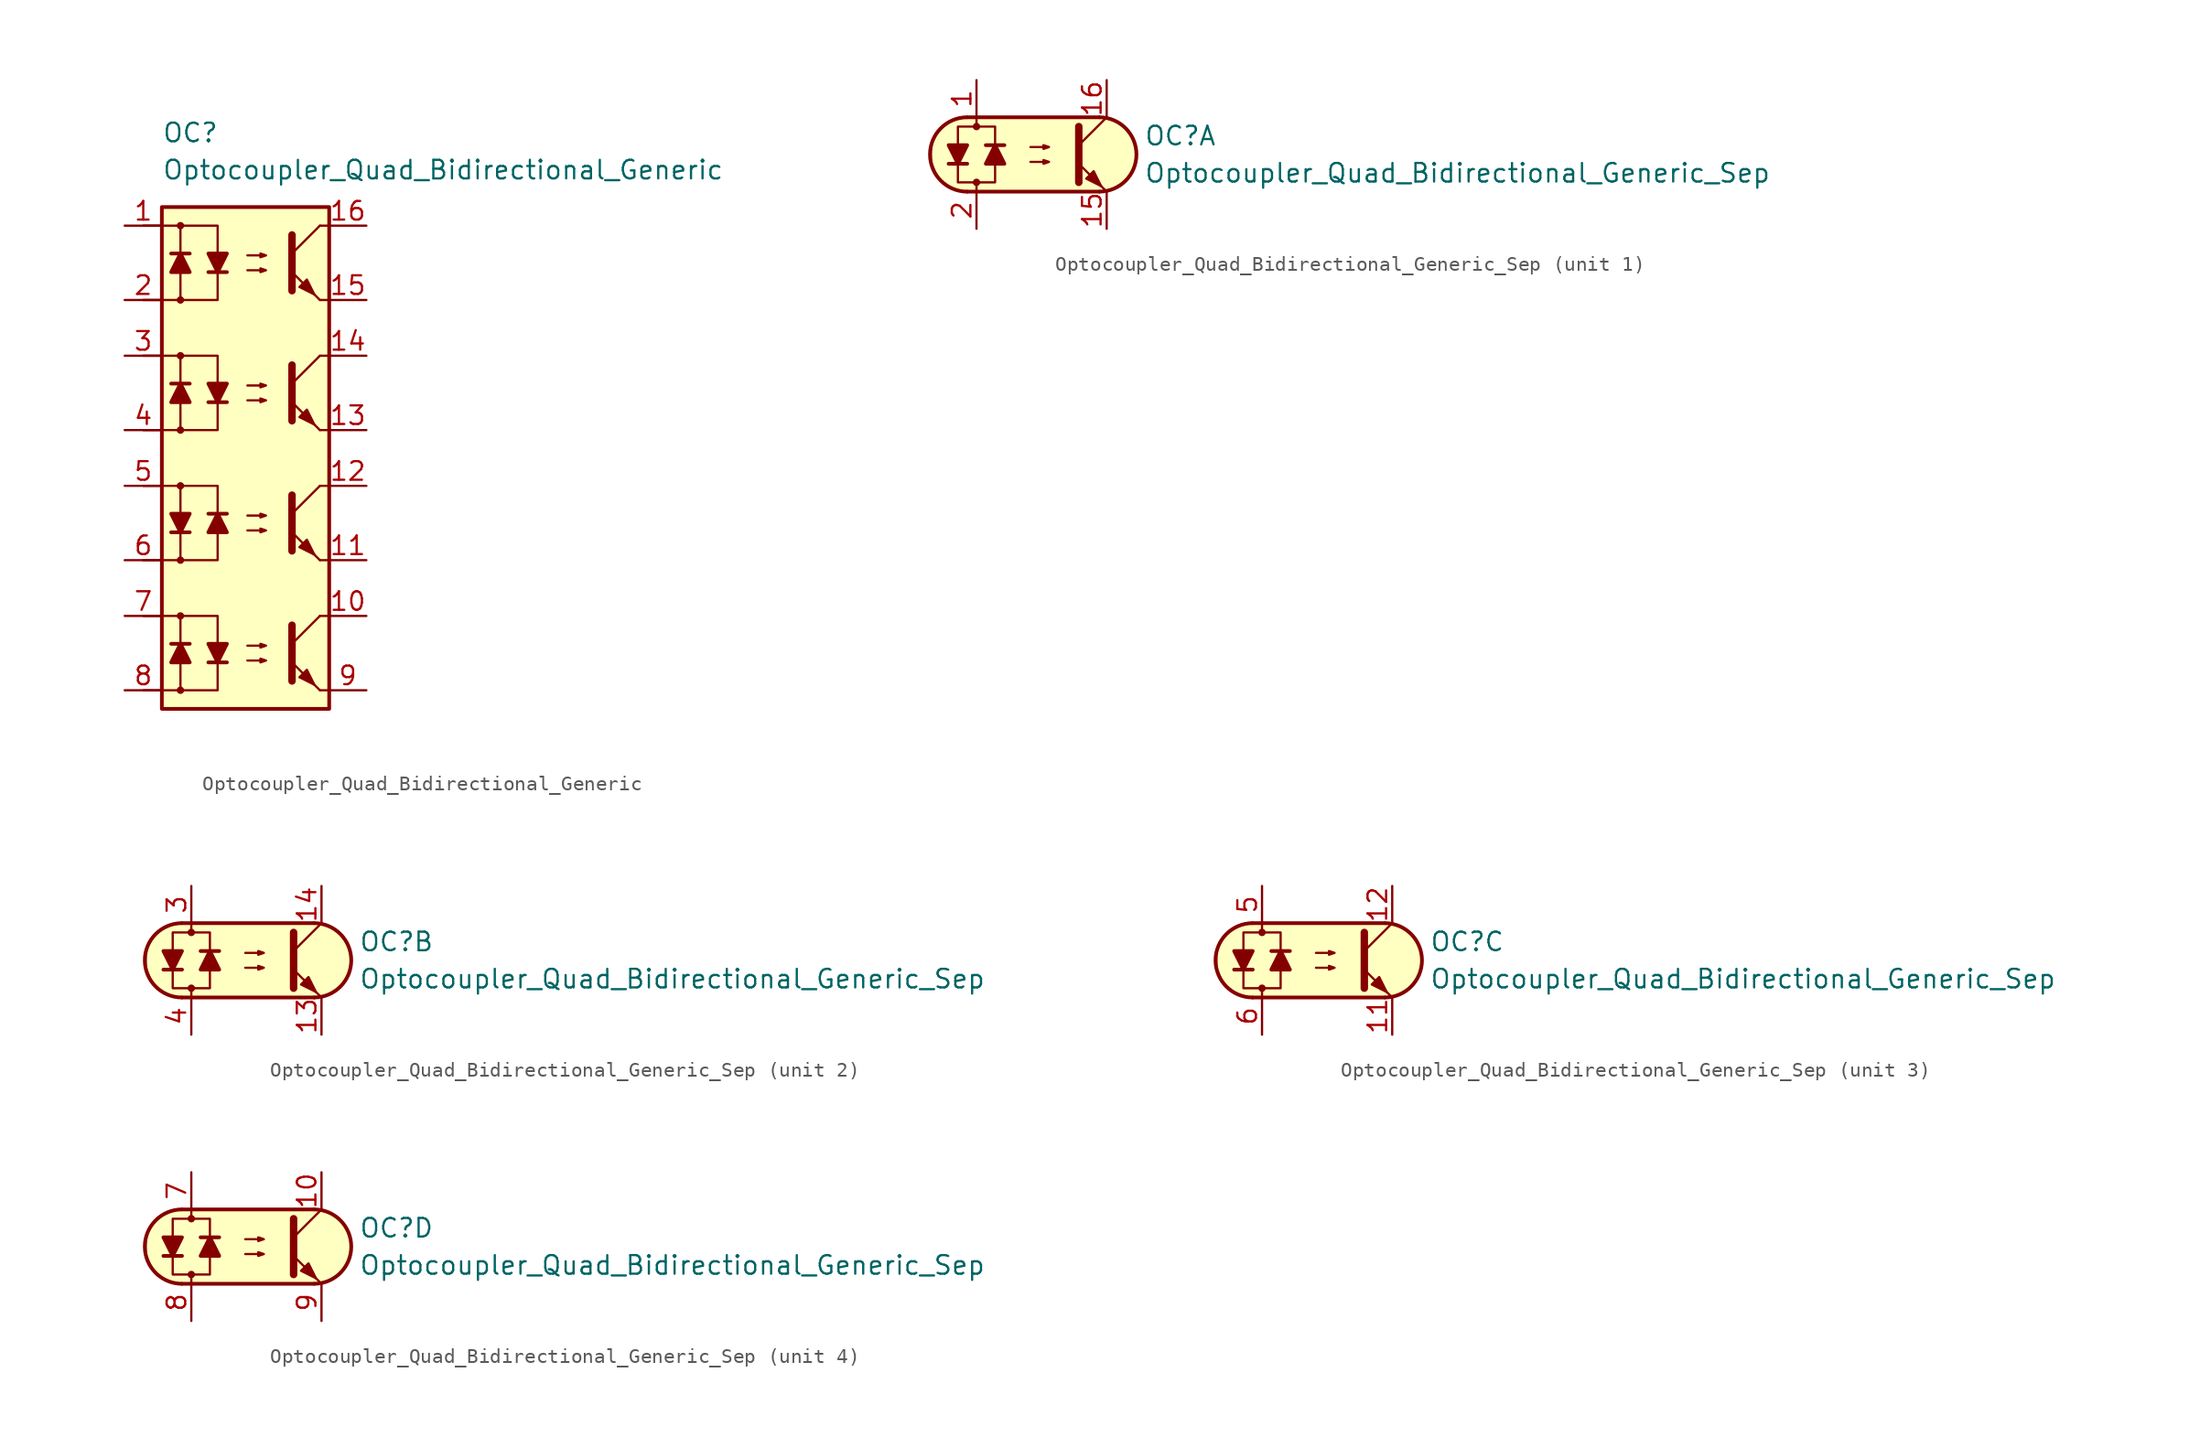
<source format=kicad_sym>
(kicad_symbol_lib
  (version 20211014)
  (generator kicad_symbol_editor)
  (symbol "Optocoupler_Quad_Bidirectional_Generic"
    (pin_names
      (offset 1.016))
    (property "Reference" "OC"
      (at -6.35 17.78 0)
      (effects (font (size 1.27 1.27)) (justify left)))
    (property "Value" "Optocoupler_Quad_Bidirectional_Generic"
      (at -6.35 15.24 0)
      (effects (font (size 1.27 1.27)) (justify left)))
    (symbol "Optocoupler_Quad_Bidirectional_Generic_0_1"
      (rectangle (start -6.35 12.7) (end 5.08 -21.59) (stroke (width 0.254) (type default) (color 0 0 0 0)) (fill (type background)))
      (polyline (pts (xy -3.175 8.255) (xy -1.905 8.255)) (stroke (width 0.254) (type default) (color 0 0 0 0)) (fill (type none)))
      (polyline (pts (xy 2.54 9.525) (xy 4.445 11.43)) (stroke (width 0) (type default) (color 0 0 0 0)) (fill (type none)))
      (polyline (pts (xy 4.445 6.35) (xy 2.54 8.255)) (stroke (width 0) (type default) (color 0 0 0 0)) (fill (type outline)))
      (polyline (pts (xy 4.445 6.35) (xy 5.08 6.35)) (stroke (width 0) (type default) (color 0 0 0 0)) (fill (type none)))
      (polyline (pts (xy 4.445 11.43) (xy 5.08 11.43)) (stroke (width 0) (type default) (color 0 0 0 0)) (fill (type none)))
      (polyline (pts (xy -5.08 11.43) (xy -2.54 11.43) (xy -2.54 8.255)) (stroke (width 0) (type default) (color 0 0 0 0)) (fill (type none)))
      (polyline (pts (xy -2.54 8.255) (xy -2.54 6.35) (xy -5.08 6.35)) (stroke (width 0) (type default) (color 0 0 0 0)) (fill (type none)))
      (polyline (pts (xy 2.54 10.795) (xy 2.54 6.985) (xy 2.54 6.985)) (stroke (width 0.508) (type default) (color 0 0 0 0)) (fill (type none)))
      (polyline (pts (xy -2.54 8.255) (xy -3.175 9.525) (xy -1.905 9.525) (xy -2.54 8.255)) (stroke (width 0.254) (type default) (color 0 0 0 0)) (fill (type outline)))
      (polyline (pts (xy -0.508 8.382) (xy 0.762 8.382) (xy 0.381 8.255) (xy 0.381 8.509) (xy 0.762 8.382)) (stroke (width 0) (type default) (color 0 0 0 0)) (fill (type none)))
      (polyline (pts (xy -0.508 9.398) (xy 0.762 9.398) (xy 0.381 9.271) (xy 0.381 9.525) (xy 0.762 9.398)) (stroke (width 0) (type default) (color 0 0 0 0)) (fill (type none)))
      (polyline (pts (xy 3.048 7.239) (xy 3.556 7.747) (xy 4.064 6.731) (xy 3.048 7.239) (xy 3.048 7.239)) (stroke (width 0) (type default) (color 0 0 0 0)) (fill (type outline))))
    (symbol "Optocoupler_Quad_Bidirectional_Generic_1_1"
      (circle (center -5.08 -20.32) (radius 0.178) (stroke (width 0) (type default) (color 0 0 0 0)) (fill (type outline)))
      (circle (center -5.08 -15.24) (radius 0.178) (stroke (width 0) (type default) (color 0 0 0 0)) (fill (type outline)))
      (circle (center -5.08 -11.43) (radius 0.178) (stroke (width 0) (type default) (color 0 0 0 0)) (fill (type outline)))
      (circle (center -5.08 -6.35) (radius 0.178) (stroke (width 0) (type default) (color 0 0 0 0)) (fill (type outline)))
      (circle (center -5.08 -2.54) (radius 0.178) (stroke (width 0) (type default) (color 0 0 0 0)) (fill (type outline)))
      (circle (center -5.08 2.54) (radius 0.178) (stroke (width 0) (type default) (color 0 0 0 0)) (fill (type outline)))
      (circle (center -5.08 6.35) (radius 0.178) (stroke (width 0) (type default) (color 0 0 0 0)) (fill (type outline)))
      (circle (center -5.08 11.43) (radius 0.178) (stroke (width 0) (type default) (color 0 0 0 0)) (fill (type outline)))
      (polyline (pts (xy -5.715 -9.525) (xy -4.445 -9.525)) (stroke (width 0.254) (type default) (color 0 0 0 0)) (fill (type none)))
      (polyline (pts (xy -4.445 -17.145) (xy -5.715 -17.145)) (stroke (width 0.254) (type default) (color 0 0 0 0)) (fill (type none)))
      (polyline (pts (xy -4.445 0.635) (xy -5.715 0.635)) (stroke (width 0.254) (type default) (color 0 0 0 0)) (fill (type none)))
      (polyline (pts (xy -4.445 9.525) (xy -5.715 9.525)) (stroke (width 0.254) (type default) (color 0 0 0 0)) (fill (type none)))
      (polyline (pts (xy -3.175 -18.415) (xy -1.905 -18.415)) (stroke (width 0.254) (type default) (color 0 0 0 0)) (fill (type none)))
      (polyline (pts (xy -3.175 -0.635) (xy -1.905 -0.635)) (stroke (width 0.254) (type default) (color 0 0 0 0)) (fill (type none)))
      (polyline (pts (xy -1.905 -8.255) (xy -3.175 -8.255)) (stroke (width 0.254) (type default) (color 0 0 0 0)) (fill (type none)))
      (polyline (pts (xy 2.54 -17.145) (xy 4.445 -15.24)) (stroke (width 0) (type default) (color 0 0 0 0)) (fill (type none)))
      (polyline (pts (xy 2.54 -8.255) (xy 4.445 -6.35)) (stroke (width 0) (type default) (color 0 0 0 0)) (fill (type none)))
      (polyline (pts (xy 2.54 0.635) (xy 4.445 2.54)) (stroke (width 0) (type default) (color 0 0 0 0)) (fill (type none)))
      (polyline (pts (xy 4.445 -20.32) (xy 2.54 -18.415)) (stroke (width 0) (type default) (color 0 0 0 0)) (fill (type outline)))
      (polyline (pts (xy 4.445 -20.32) (xy 5.08 -20.32)) (stroke (width 0) (type default) (color 0 0 0 0)) (fill (type none)))
      (polyline (pts (xy 4.445 -15.24) (xy 5.08 -15.24)) (stroke (width 0) (type default) (color 0 0 0 0)) (fill (type none)))
      (polyline (pts (xy 4.445 -11.43) (xy 2.54 -9.525)) (stroke (width 0) (type default) (color 0 0 0 0)) (fill (type outline)))
      (polyline (pts (xy 4.445 -11.43) (xy 5.08 -11.43)) (stroke (width 0) (type default) (color 0 0 0 0)) (fill (type none)))
      (polyline (pts (xy 4.445 -6.35) (xy 5.08 -6.35)) (stroke (width 0) (type default) (color 0 0 0 0)) (fill (type none)))
      (polyline (pts (xy 4.445 -2.54) (xy 2.54 -0.635)) (stroke (width 0) (type default) (color 0 0 0 0)) (fill (type outline)))
      (polyline (pts (xy 4.445 -2.54) (xy 5.08 -2.54)) (stroke (width 0) (type default) (color 0 0 0 0)) (fill (type none)))
      (polyline (pts (xy 4.445 2.54) (xy 5.08 2.54)) (stroke (width 0) (type default) (color 0 0 0 0)) (fill (type none)))
      (polyline (pts (xy -7.62 -20.32) (xy -5.08 -20.32) (xy -5.08 -17.145)) (stroke (width 0) (type default) (color 0 0 0 0)) (fill (type none)))
      (polyline (pts (xy -7.62 -6.35) (xy -5.08 -6.35) (xy -5.08 -9.525)) (stroke (width 0) (type default) (color 0 0 0 0)) (fill (type none)))
      (polyline (pts (xy -7.62 -2.54) (xy -5.08 -2.54) (xy -5.08 0.635)) (stroke (width 0) (type default) (color 0 0 0 0)) (fill (type none)))
      (polyline (pts (xy -7.62 6.35) (xy -5.08 6.35) (xy -5.08 9.525)) (stroke (width 0) (type default) (color 0 0 0 0)) (fill (type none)))
      (polyline (pts (xy -5.08 -17.145) (xy -5.08 -15.24) (xy -7.62 -15.24)) (stroke (width 0) (type default) (color 0 0 0 0)) (fill (type none)))
      (polyline (pts (xy -5.08 -15.24) (xy -2.54 -15.24) (xy -2.54 -18.415)) (stroke (width 0) (type default) (color 0 0 0 0)) (fill (type none)))
      (polyline (pts (xy -5.08 -11.43) (xy -2.54 -11.43) (xy -2.54 -8.255)) (stroke (width 0) (type default) (color 0 0 0 0)) (fill (type none)))
      (polyline (pts (xy -5.08 -9.525) (xy -5.08 -11.43) (xy -7.62 -11.43)) (stroke (width 0) (type default) (color 0 0 0 0)) (fill (type none)))
      (polyline (pts (xy -5.08 0.635) (xy -5.08 2.54) (xy -7.62 2.54)) (stroke (width 0) (type default) (color 0 0 0 0)) (fill (type none)))
      (polyline (pts (xy -5.08 2.54) (xy -2.54 2.54) (xy -2.54 -0.635)) (stroke (width 0) (type default) (color 0 0 0 0)) (fill (type none)))
      (polyline (pts (xy -5.08 9.525) (xy -5.08 11.43) (xy -7.62 11.43)) (stroke (width 0) (type default) (color 0 0 0 0)) (fill (type none)))
      (polyline (pts (xy -2.54 -18.415) (xy -2.54 -20.32) (xy -5.08 -20.32)) (stroke (width 0) (type default) (color 0 0 0 0)) (fill (type none)))
      (polyline (pts (xy -2.54 -8.255) (xy -2.54 -6.35) (xy -5.08 -6.35)) (stroke (width 0) (type default) (color 0 0 0 0)) (fill (type none)))
      (polyline (pts (xy -2.54 -0.635) (xy -2.54 -2.54) (xy -5.08 -2.54)) (stroke (width 0) (type default) (color 0 0 0 0)) (fill (type none)))
      (polyline (pts (xy 2.54 -15.875) (xy 2.54 -19.685) (xy 2.54 -19.685)) (stroke (width 0.508) (type default) (color 0 0 0 0)) (fill (type none)))
      (polyline (pts (xy 2.54 -6.985) (xy 2.54 -10.795) (xy 2.54 -10.795)) (stroke (width 0.508) (type default) (color 0 0 0 0)) (fill (type none)))
      (polyline (pts (xy 2.54 1.905) (xy 2.54 -1.905) (xy 2.54 -1.905)) (stroke (width 0.508) (type default) (color 0 0 0 0)) (fill (type none)))
      (polyline (pts (xy -5.08 -17.145) (xy -4.445 -18.415) (xy -5.715 -18.415) (xy -5.08 -17.145)) (stroke (width 0.254) (type default) (color 0 0 0 0)) (fill (type outline)))
      (polyline (pts (xy -5.08 -9.525) (xy -5.715 -8.255) (xy -4.445 -8.255) (xy -5.08 -9.525)) (stroke (width 0.254) (type default) (color 0 0 0 0)) (fill (type outline)))
      (polyline (pts (xy -5.08 0.635) (xy -4.445 -0.635) (xy -5.715 -0.635) (xy -5.08 0.635)) (stroke (width 0.254) (type default) (color 0 0 0 0)) (fill (type outline)))
      (polyline (pts (xy -5.08 9.525) (xy -4.445 8.255) (xy -5.715 8.255) (xy -5.08 9.525)) (stroke (width 0.254) (type default) (color 0 0 0 0)) (fill (type outline)))
      (polyline (pts (xy -2.54 -18.415) (xy -3.175 -17.145) (xy -1.905 -17.145) (xy -2.54 -18.415)) (stroke (width 0.254) (type default) (color 0 0 0 0)) (fill (type outline)))
      (polyline (pts (xy -2.54 -8.255) (xy -1.905 -9.525) (xy -3.175 -9.525) (xy -2.54 -8.255)) (stroke (width 0.254) (type default) (color 0 0 0 0)) (fill (type outline)))
      (polyline (pts (xy -2.54 -0.635) (xy -3.175 0.635) (xy -1.905 0.635) (xy -2.54 -0.635)) (stroke (width 0.254) (type default) (color 0 0 0 0)) (fill (type outline)))
      (polyline (pts (xy -0.508 -18.288) (xy 0.762 -18.288) (xy 0.381 -18.415) (xy 0.381 -18.161) (xy 0.762 -18.288)) (stroke (width 0) (type default) (color 0 0 0 0)) (fill (type none)))
      (polyline (pts (xy -0.508 -17.272) (xy 0.762 -17.272) (xy 0.381 -17.399) (xy 0.381 -17.145) (xy 0.762 -17.272)) (stroke (width 0) (type default) (color 0 0 0 0)) (fill (type none)))
      (polyline (pts (xy -0.508 -9.398) (xy 0.762 -9.398) (xy 0.381 -9.525) (xy 0.381 -9.271) (xy 0.762 -9.398)) (stroke (width 0) (type default) (color 0 0 0 0)) (fill (type none)))
      (polyline (pts (xy -0.508 -8.382) (xy 0.762 -8.382) (xy 0.381 -8.509) (xy 0.381 -8.255) (xy 0.762 -8.382)) (stroke (width 0) (type default) (color 0 0 0 0)) (fill (type none)))
      (polyline (pts (xy -0.508 -0.508) (xy 0.762 -0.508) (xy 0.381 -0.635) (xy 0.381 -0.381) (xy 0.762 -0.508)) (stroke (width 0) (type default) (color 0 0 0 0)) (fill (type none)))
      (polyline (pts (xy -0.508 0.508) (xy 0.762 0.508) (xy 0.381 0.381) (xy 0.381 0.635) (xy 0.762 0.508)) (stroke (width 0) (type default) (color 0 0 0 0)) (fill (type none)))
      (polyline (pts (xy 3.048 -19.431) (xy 3.556 -18.923) (xy 4.064 -19.939) (xy 3.048 -19.431) (xy 3.048 -19.431)) (stroke (width 0) (type default) (color 0 0 0 0)) (fill (type outline)))
      (polyline (pts (xy 3.048 -10.541) (xy 3.556 -10.033) (xy 4.064 -11.049) (xy 3.048 -10.541) (xy 3.048 -10.541)) (stroke (width 0) (type default) (color 0 0 0 0)) (fill (type outline)))
      (polyline (pts (xy 3.048 -1.651) (xy 3.556 -1.143) (xy 4.064 -2.159) (xy 3.048 -1.651) (xy 3.048 -1.651)) (stroke (width 0) (type default) (color 0 0 0 0)) (fill (type outline)))
      (pin passive line (at -8.89 11.43 0) (length 2.54) (name "~" (effects (font (size 1.27 1.27)))) (number "1" (effects (font (size 1.27 1.27)))))
      (pin passive line (at 7.62 -15.24 180) (length 2.54) (name "~" (effects (font (size 1.27 1.27)))) (number "10" (effects (font (size 1.27 1.27)))))
      (pin passive line (at 7.62 -11.43 180) (length 2.54) (name "~" (effects (font (size 1.27 1.27)))) (number "11" (effects (font (size 1.27 1.27)))))
      (pin passive line (at 7.62 -6.35 180) (length 2.54) (name "~" (effects (font (size 1.27 1.27)))) (number "12" (effects (font (size 1.27 1.27)))))
      (pin passive line (at 7.62 -2.54 180) (length 2.54) (name "~" (effects (font (size 1.27 1.27)))) (number "13" (effects (font (size 1.27 1.27)))))
      (pin passive line (at 7.62 2.54 180) (length 2.54) (name "~" (effects (font (size 1.27 1.27)))) (number "14" (effects (font (size 1.27 1.27)))))
      (pin passive line (at 7.62 6.35 180) (length 2.54) (name "~" (effects (font (size 1.27 1.27)))) (number "15" (effects (font (size 1.27 1.27)))))
      (pin passive line (at 7.62 11.43 180) (length 2.54) (name "~" (effects (font (size 1.27 1.27)))) (number "16" (effects (font (size 1.27 1.27)))))
      (pin passive line (at -8.89 6.35 0) (length 2.54) (name "~" (effects (font (size 1.27 1.27)))) (number "2" (effects (font (size 1.27 1.27)))))
      (pin passive line (at -8.89 2.54 0) (length 2.54) (name "~" (effects (font (size 1.27 1.27)))) (number "3" (effects (font (size 1.27 1.27)))))
      (pin passive line (at -8.89 -2.54 0) (length 2.54) (name "~" (effects (font (size 1.27 1.27)))) (number "4" (effects (font (size 1.27 1.27)))))
      (pin passive line (at -8.89 -6.35 0) (length 2.54) (name "~" (effects (font (size 1.27 1.27)))) (number "5" (effects (font (size 1.27 1.27)))))
      (pin passive line (at -8.89 -11.43 0) (length 2.54) (name "~" (effects (font (size 1.27 1.27)))) (number "6" (effects (font (size 1.27 1.27)))))
      (pin passive line (at -8.89 -15.24 0) (length 2.54) (name "~" (effects (font (size 1.27 1.27)))) (number "7" (effects (font (size 1.27 1.27)))))
      (pin passive line (at -8.89 -20.32 0) (length 2.54) (name "~" (effects (font (size 1.27 1.27)))) (number "8" (effects (font (size 1.27 1.27)))))
      (pin passive line (at 7.62 -20.32 180) (length 2.54) (name "~" (effects (font (size 1.27 1.27)))) (number "9" (effects (font (size 1.27 1.27)))))))
  (symbol "Optocoupler_Quad_Bidirectional_Generic_Sep"
    (pin_names
      (offset 1.016))
    (property "Reference" "OC"
      (at 7.62 1.27 0)
      (effects (font (size 1.27 1.27)) (justify left)))
    (property "Value" "Optocoupler_Quad_Bidirectional_Generic_Sep"
      (at 7.62 -1.27 0)
      (effects (font (size 1.27 1.27)) (justify left)))
    (property "ki_locked" ""
      (at 0 0 0)
      (effects (font (size 1.27 1.27))))
    (symbol "Optocoupler_Quad_Bidirectional_Generic_Sep_0_1"
      (arc (start -4.4675 2.54) (mid -6.9851 0) (end -4.4675 -2.54) (stroke (width 0.254) (type default) (color 0 0 0 0)) (fill (type none)))
      (circle (center -3.81 -1.905) (radius 0.178) (stroke (width 0) (type default) (color 0 0 0 0)) (fill (type outline)))
      (circle (center -3.81 1.905) (radius 0.178) (stroke (width 0) (type default) (color 0 0 0 0)) (fill (type outline)))
      (polyline (pts (xy -5.715 -0.635) (xy -4.445 -0.635)) (stroke (width 0.254) (type default) (color 0 0 0 0)) (fill (type none)))
      (polyline (pts (xy -4.445 2.54) (xy 4.572 2.54)) (stroke (width 0.254) (type default) (color 0 0 0 0)) (fill (type none)))
      (polyline (pts (xy -3.81 1.905) (xy -3.81 2.54)) (stroke (width 0.152) (type default) (color 0 0 0 0)) (fill (type none)))
      (polyline (pts (xy -1.905 0.635) (xy -3.175 0.635)) (stroke (width 0.254) (type default) (color 0 0 0 0)) (fill (type none)))
      (polyline (pts (xy 3.175 0.635) (xy 5.08 2.54)) (stroke (width 0) (type default) (color 0 0 0 0)) (fill (type none)))
      (polyline (pts (xy 4.572 -2.54) (xy -4.445 -2.54)) (stroke (width 0.254) (type default) (color 0 0 0 0)) (fill (type none)))
      (polyline (pts (xy 5.08 -2.54) (xy 3.175 -0.635)) (stroke (width 0) (type default) (color 0 0 0 0)) (fill (type outline)))
      (polyline (pts (xy 3.175 1.905) (xy 3.175 -1.905) (xy 3.175 -1.905)) (stroke (width 0.508) (type default) (color 0 0 0 0)) (fill (type none)))
      (polyline (pts (xy -5.08 -0.635) (xy -5.715 0.635) (xy -4.445 0.635) (xy -5.08 -0.635)) (stroke (width 0.254) (type default) (color 0 0 0 0)) (fill (type outline)))
      (polyline (pts (xy -2.54 0.635) (xy -1.905 -0.635) (xy -3.175 -0.635) (xy -2.54 0.635)) (stroke (width 0.254) (type default) (color 0 0 0 0)) (fill (type outline)))
      (polyline (pts (xy -0.127 -0.508) (xy 1.143 -0.508) (xy 0.762 -0.635) (xy 0.762 -0.381) (xy 1.143 -0.508)) (stroke (width 0) (type default) (color 0 0 0 0)) (fill (type none)))
      (polyline (pts (xy -0.127 0.508) (xy 1.143 0.508) (xy 0.762 0.381) (xy 0.762 0.635) (xy 1.143 0.508)) (stroke (width 0) (type default) (color 0 0 0 0)) (fill (type none)))
      (polyline (pts (xy 3.683 -1.651) (xy 4.191 -1.143) (xy 4.699 -2.159) (xy 3.683 -1.651) (xy 3.683 -1.651)) (stroke (width 0) (type default) (color 0 0 0 0)) (fill (type outline)))
      (polyline (pts (xy -3.81 -2.54) (xy -3.81 -1.905) (xy -5.08 -1.905) (xy -5.08 1.905) (xy -2.54 1.905) (xy -2.54 -1.905) (xy -3.81 -1.905)) (stroke (width 0.152) (type default) (color 0 0 0 0)) (fill (type none)))
      (polyline (pts (xy -3.81 2.54) (xy 4.826 2.54) (xy 5.334 2.413) (xy 5.969 2.159) (xy 6.604 1.524) (xy 6.985 0.762) (xy 7.112 0) (xy 6.985 -0.889) (xy 6.477 -1.651) (xy 5.969 -2.159) (xy 5.334 -2.413) (xy 4.699 -2.54) (xy -5.08 -2.54) (xy -5.08 -2.54) (xy -5.842 -2.032) (xy -6.35 -1.778) (xy -6.858 -0.508) (xy -6.858 0.254) (xy -6.858 1.016) (xy -6.35 1.778) (xy -5.588 2.286) (xy -4.826 2.54) (xy -3.81 2.54)) (stroke (width 0.01) (type default) (color 0 0 0 0)) (fill (type background)))
      (arc (start 4.5945 -2.54) (mid 7.1121 0) (end 4.5945 2.54) (stroke (width 0.254) (type default) (color 0 0 0 0)) (fill (type none))))
    (symbol "Optocoupler_Quad_Bidirectional_Generic_Sep_1_1"
      (pin passive line (at -3.81 5.08 270) (length 2.54) (name "~" (effects (font (size 1.27 1.27)))) (number "1" (effects (font (size 1.27 1.27)))))
      (pin passive line (at 5.08 -5.08 90) (length 2.54) (name "~" (effects (font (size 1.27 1.27)))) (number "15" (effects (font (size 1.27 1.27)))))
      (pin passive line (at 5.08 5.08 270) (length 2.54) (name "~" (effects (font (size 1.27 1.27)))) (number "16" (effects (font (size 1.27 1.27)))))
      (pin passive line (at -3.81 -5.08 90) (length 2.54) (name "~" (effects (font (size 1.27 1.27)))) (number "2" (effects (font (size 1.27 1.27))))))
    (symbol "Optocoupler_Quad_Bidirectional_Generic_Sep_2_1"
      (pin passive line (at 5.08 -5.08 90) (length 2.54) (name "~" (effects (font (size 1.27 1.27)))) (number "13" (effects (font (size 1.27 1.27)))))
      (pin passive line (at 5.08 5.08 270) (length 2.54) (name "~" (effects (font (size 1.27 1.27)))) (number "14" (effects (font (size 1.27 1.27)))))
      (pin passive line (at -3.81 5.08 270) (length 2.54) (name "~" (effects (font (size 1.27 1.27)))) (number "3" (effects (font (size 1.27 1.27)))))
      (pin passive line (at -3.81 -5.08 90) (length 2.54) (name "~" (effects (font (size 1.27 1.27)))) (number "4" (effects (font (size 1.27 1.27))))))
    (symbol "Optocoupler_Quad_Bidirectional_Generic_Sep_3_1"
      (pin passive line (at 5.08 -5.08 90) (length 2.54) (name "~" (effects (font (size 1.27 1.27)))) (number "11" (effects (font (size 1.27 1.27)))))
      (pin passive line (at 5.08 5.08 270) (length 2.54) (name "~" (effects (font (size 1.27 1.27)))) (number "12" (effects (font (size 1.27 1.27)))))
      (pin passive line (at -3.81 5.08 270) (length 2.54) (name "~" (effects (font (size 1.27 1.27)))) (number "5" (effects (font (size 1.27 1.27)))))
      (pin passive line (at -3.81 -5.08 90) (length 2.54) (name "~" (effects (font (size 1.27 1.27)))) (number "6" (effects (font (size 1.27 1.27))))))
    (symbol "Optocoupler_Quad_Bidirectional_Generic_Sep_4_1"
      (pin passive line (at 5.08 5.08 270) (length 2.54) (name "~" (effects (font (size 1.27 1.27)))) (number "10" (effects (font (size 1.27 1.27)))))
      (pin passive line (at -3.81 5.08 270) (length 2.54) (name "~" (effects (font (size 1.27 1.27)))) (number "7" (effects (font (size 1.27 1.27)))))
      (pin passive line (at -3.81 -5.08 90) (length 2.54) (name "~" (effects (font (size 1.27 1.27)))) (number "8" (effects (font (size 1.27 1.27)))))
      (pin passive line (at 5.08 -5.08 90) (length 2.54) (name "~" (effects (font (size 1.27 1.27)))) (number "9" (effects (font (size 1.27 1.27))))))))
</source>
